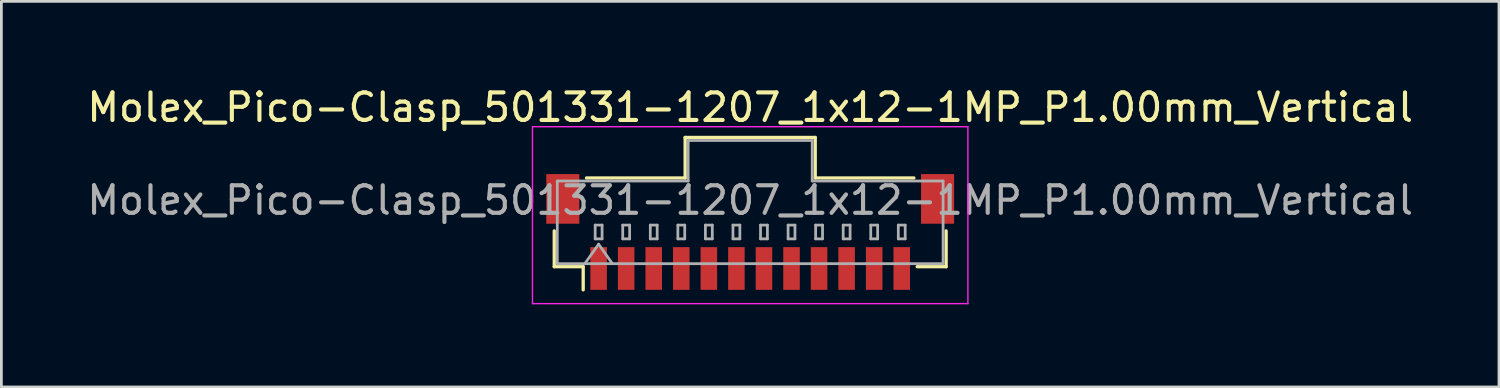
<source format=kicad_pcb>
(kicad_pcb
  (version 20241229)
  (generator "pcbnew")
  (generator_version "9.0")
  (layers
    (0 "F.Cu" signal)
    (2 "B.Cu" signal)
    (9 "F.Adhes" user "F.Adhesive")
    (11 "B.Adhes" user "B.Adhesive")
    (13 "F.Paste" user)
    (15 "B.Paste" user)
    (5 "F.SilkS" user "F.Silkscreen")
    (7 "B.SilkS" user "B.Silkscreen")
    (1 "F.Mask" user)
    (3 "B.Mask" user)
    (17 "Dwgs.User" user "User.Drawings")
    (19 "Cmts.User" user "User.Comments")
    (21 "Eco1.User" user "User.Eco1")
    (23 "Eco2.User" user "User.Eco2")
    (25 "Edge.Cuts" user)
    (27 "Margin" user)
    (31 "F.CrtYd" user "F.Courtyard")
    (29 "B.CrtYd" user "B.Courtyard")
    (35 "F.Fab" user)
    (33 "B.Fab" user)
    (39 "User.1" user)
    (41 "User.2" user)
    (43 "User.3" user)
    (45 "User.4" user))
  (footprint "Molex_Pico-Clasp_501331-1207_1x12-1MP_P1.00mm_Vertical"
    (layer "F.Cu")
    (at 24.173 5.368)
    (property "Reference" "Molex_Pico-Clasp_501331-1207_1x12-1MP_P1.00mm_Vertical" (at 0 -4.52 0) (layer "F.SilkS") (effects (font (size 1 1) (thickness 0.15))))
    (attr smd)
    (fp_line (start -7.11 -0.04) (end -7.11 1.26) (stroke (width 0.12) (type solid)) (layer "F.SilkS"))
    (fp_line (start -7.11 1.26) (end -6.06 1.26) (stroke (width 0.12) (type solid)) (layer "F.SilkS"))
    (fp_line (start -6.06 1.26) (end -6.06 2.1) (stroke (width 0.12) (type solid)) (layer "F.SilkS"))
    (fp_line (start -5.94 -1.96) (end -2.36 -1.96) (stroke (width 0.12) (type solid)) (layer "F.SilkS"))
    (fp_line (start -2.36 -3.43) (end 2.36 -3.43) (stroke (width 0.12) (type solid)) (layer "F.SilkS"))
    (fp_line (start -2.36 -1.96) (end -2.36 -3.43) (stroke (width 0.12) (type solid)) (layer "F.SilkS"))
    (fp_line (start 2.36 -3.43) (end 2.36 -1.96) (stroke (width 0.12) (type solid)) (layer "F.SilkS"))
    (fp_line (start 2.36 -1.96) (end 5.94 -1.96) (stroke (width 0.12) (type solid)) (layer "F.SilkS"))
    (fp_line (start 7.11 -0.04) (end 7.11 1.26) (stroke (width 0.12) (type solid)) (layer "F.SilkS"))
    (fp_line (start 7.11 1.26) (end 6.06 1.26) (stroke (width 0.12) (type solid)) (layer "F.SilkS"))
    (fp_line (start -7.9 -3.82) (end -7.9 2.6) (stroke (width 0.05) (type solid)) (layer "F.CrtYd"))
    (fp_line (start -7.9 2.6) (end 7.9 2.6) (stroke (width 0.05) (type solid)) (layer "F.CrtYd"))
    (fp_line (start 7.9 -3.82) (end -7.9 -3.82) (stroke (width 0.05) (type solid)) (layer "F.CrtYd"))
    (fp_line (start 7.9 2.6) (end 7.9 -3.82) (stroke (width 0.05) (type solid)) (layer "F.CrtYd"))
    (fp_line (start -7 -1.85) (end -2.25 -1.85) (stroke (width 0.1) (type solid)) (layer "F.Fab"))
    (fp_line (start -7 1.15) (end -7 -1.85) (stroke (width 0.1) (type solid)) (layer "F.Fab"))
    (fp_line (start -7 1.15) (end 7 1.15) (stroke (width 0.1) (type solid)) (layer "F.Fab"))
    (fp_line (start -6 1.15) (end -5.5 0.443) (stroke (width 0.1) (type solid)) (layer "F.Fab"))
    (fp_line (start -5.625 -0.25) (end -5.625 0.25) (stroke (width 0.1) (type solid)) (layer "F.Fab"))
    (fp_line (start -5.625 0.25) (end -5.375 0.25) (stroke (width 0.1) (type solid)) (layer "F.Fab"))
    (fp_line (start -5.5 0.443) (end -5 1.15) (stroke (width 0.1) (type solid)) (layer "F.Fab"))
    (fp_line (start -5.375 -0.25) (end -5.625 -0.25) (stroke (width 0.1) (type solid)) (layer "F.Fab"))
    (fp_line (start -5.375 0.25) (end -5.375 -0.25) (stroke (width 0.1) (type solid)) (layer "F.Fab"))
    (fp_line (start -4.625 -0.25) (end -4.625 0.25) (stroke (width 0.1) (type solid)) (layer "F.Fab"))
    (fp_line (start -4.625 0.25) (end -4.375 0.25) (stroke (width 0.1) (type solid)) (layer "F.Fab"))
    (fp_line (start -4.375 -0.25) (end -4.625 -0.25) (stroke (width 0.1) (type solid)) (layer "F.Fab"))
    (fp_line (start -4.375 0.25) (end -4.375 -0.25) (stroke (width 0.1) (type solid)) (layer "F.Fab"))
    (fp_line (start -3.625 -0.25) (end -3.625 0.25) (stroke (width 0.1) (type solid)) (layer "F.Fab"))
    (fp_line (start -3.625 0.25) (end -3.375 0.25) (stroke (width 0.1) (type solid)) (layer "F.Fab"))
    (fp_line (start -3.375 -0.25) (end -3.625 -0.25) (stroke (width 0.1) (type solid)) (layer "F.Fab"))
    (fp_line (start -3.375 0.25) (end -3.375 -0.25) (stroke (width 0.1) (type solid)) (layer "F.Fab"))
    (fp_line (start -2.625 -0.25) (end -2.625 0.25) (stroke (width 0.1) (type solid)) (layer "F.Fab"))
    (fp_line (start -2.625 0.25) (end -2.375 0.25) (stroke (width 0.1) (type solid)) (layer "F.Fab"))
    (fp_line (start -2.375 -0.25) (end -2.625 -0.25) (stroke (width 0.1) (type solid)) (layer "F.Fab"))
    (fp_line (start -2.375 0.25) (end -2.375 -0.25) (stroke (width 0.1) (type solid)) (layer "F.Fab"))
    (fp_line (start -2.25 -3.32) (end 2.25 -3.32) (stroke (width 0.1) (type solid)) (layer "F.Fab"))
    (fp_line (start -2.25 -1.85) (end -2.25 -3.32) (stroke (width 0.1) (type solid)) (layer "F.Fab"))
    (fp_line (start -1.625 -0.25) (end -1.625 0.25) (stroke (width 0.1) (type solid)) (layer "F.Fab"))
    (fp_line (start -1.625 0.25) (end -1.375 0.25) (stroke (width 0.1) (type solid)) (layer "F.Fab"))
    (fp_line (start -1.375 -0.25) (end -1.625 -0.25) (stroke (width 0.1) (type solid)) (layer "F.Fab"))
    (fp_line (start -1.375 0.25) (end -1.375 -0.25) (stroke (width 0.1) (type solid)) (layer "F.Fab"))
    (fp_line (start -0.625 -0.25) (end -0.625 0.25) (stroke (width 0.1) (type solid)) (layer "F.Fab"))
    (fp_line (start -0.625 0.25) (end -0.375 0.25) (stroke (width 0.1) (type solid)) (layer "F.Fab"))
    (fp_line (start -0.375 -0.25) (end -0.625 -0.25) (stroke (width 0.1) (type solid)) (layer "F.Fab"))
    (fp_line (start -0.375 0.25) (end -0.375 -0.25) (stroke (width 0.1) (type solid)) (layer "F.Fab"))
    (fp_line (start 0.375 -0.25) (end 0.375 0.25) (stroke (width 0.1) (type solid)) (layer "F.Fab"))
    (fp_line (start 0.375 0.25) (end 0.625 0.25) (stroke (width 0.1) (type solid)) (layer "F.Fab"))
    (fp_line (start 0.625 -0.25) (end 0.375 -0.25) (stroke (width 0.1) (type solid)) (layer "F.Fab"))
    (fp_line (start 0.625 0.25) (end 0.625 -0.25) (stroke (width 0.1) (type solid)) (layer "F.Fab"))
    (fp_line (start 1.375 -0.25) (end 1.375 0.25) (stroke (width 0.1) (type solid)) (layer "F.Fab"))
    (fp_line (start 1.375 0.25) (end 1.625 0.25) (stroke (width 0.1) (type solid)) (layer "F.Fab"))
    (fp_line (start 1.625 -0.25) (end 1.375 -0.25) (stroke (width 0.1) (type solid)) (layer "F.Fab"))
    (fp_line (start 1.625 0.25) (end 1.625 -0.25) (stroke (width 0.1) (type solid)) (layer "F.Fab"))
    (fp_line (start 2.25 -3.32) (end 2.25 -1.85) (stroke (width 0.1) (type solid)) (layer "F.Fab"))
    (fp_line (start 2.25 -1.85) (end 7 -1.85) (stroke (width 0.1) (type solid)) (layer "F.Fab"))
    (fp_line (start 2.375 -0.25) (end 2.375 0.25) (stroke (width 0.1) (type solid)) (layer "F.Fab"))
    (fp_line (start 2.375 0.25) (end 2.625 0.25) (stroke (width 0.1) (type solid)) (layer "F.Fab"))
    (fp_line (start 2.625 -0.25) (end 2.375 -0.25) (stroke (width 0.1) (type solid)) (layer "F.Fab"))
    (fp_line (start 2.625 0.25) (end 2.625 -0.25) (stroke (width 0.1) (type solid)) (layer "F.Fab"))
    (fp_line (start 3.375 -0.25) (end 3.375 0.25) (stroke (width 0.1) (type solid)) (layer "F.Fab"))
    (fp_line (start 3.375 0.25) (end 3.625 0.25) (stroke (width 0.1) (type solid)) (layer "F.Fab"))
    (fp_line (start 3.625 -0.25) (end 3.375 -0.25) (stroke (width 0.1) (type solid)) (layer "F.Fab"))
    (fp_line (start 3.625 0.25) (end 3.625 -0.25) (stroke (width 0.1) (type solid)) (layer "F.Fab"))
    (fp_line (start 4.375 -0.25) (end 4.375 0.25) (stroke (width 0.1) (type solid)) (layer "F.Fab"))
    (fp_line (start 4.375 0.25) (end 4.625 0.25) (stroke (width 0.1) (type solid)) (layer "F.Fab"))
    (fp_line (start 4.625 -0.25) (end 4.375 -0.25) (stroke (width 0.1) (type solid)) (layer "F.Fab"))
    (fp_line (start 4.625 0.25) (end 4.625 -0.25) (stroke (width 0.1) (type solid)) (layer "F.Fab"))
    (fp_line (start 5.375 -0.25) (end 5.375 0.25) (stroke (width 0.1) (type solid)) (layer "F.Fab"))
    (fp_line (start 5.375 0.25) (end 5.625 0.25) (stroke (width 0.1) (type solid)) (layer "F.Fab"))
    (fp_line (start 5.625 -0.25) (end 5.375 -0.25) (stroke (width 0.1) (type solid)) (layer "F.Fab"))
    (fp_line (start 5.625 0.25) (end 5.625 -0.25) (stroke (width 0.1) (type solid)) (layer "F.Fab"))
    (fp_line (start 7 1.15) (end 7 -1.85) (stroke (width 0.1) (type solid)) (layer "F.Fab"))
    (fp_text user "${REFERENCE}" (at 0 -1.15 0) (layer "F.Fab") (effects (font (size 1 1) (thickness 0.15))))
    (pad "1" smd rect (at -5.5 1.325) (size 0.6 1.55) (layers "F.Cu" "F.Mask" "F.Paste"))
    (pad "2" smd rect (at -4.5 1.325) (size 0.6 1.55) (layers "F.Cu" "F.Mask" "F.Paste"))
    (pad "3" smd rect (at -3.5 1.325) (size 0.6 1.55) (layers "F.Cu" "F.Mask" "F.Paste"))
    (pad "4" smd rect (at -2.5 1.325) (size 0.6 1.55) (layers "F.Cu" "F.Mask" "F.Paste"))
    (pad "5" smd rect (at -1.5 1.325) (size 0.6 1.55) (layers "F.Cu" "F.Mask" "F.Paste"))
    (pad "6" smd rect (at -0.5 1.325) (size 0.6 1.55) (layers "F.Cu" "F.Mask" "F.Paste"))
    (pad "7" smd rect (at 0.5 1.325) (size 0.6 1.55) (layers "F.Cu" "F.Mask" "F.Paste"))
    (pad "8" smd rect (at 1.5 1.325) (size 0.6 1.55) (layers "F.Cu" "F.Mask" "F.Paste"))
    (pad "9" smd rect (at 2.5 1.325) (size 0.6 1.55) (layers "F.Cu" "F.Mask" "F.Paste"))
    (pad "10" smd rect (at 3.5 1.325) (size 0.6 1.55) (layers "F.Cu" "F.Mask" "F.Paste"))
    (pad "11" smd rect (at 4.5 1.325) (size 0.6 1.55) (layers "F.Cu" "F.Mask" "F.Paste"))
    (pad "12" smd rect (at 5.5 1.325) (size 0.6 1.55) (layers "F.Cu" "F.Mask" "F.Paste"))
    (pad "MP" smd rect (at -6.8 -1.2) (size 1.2 1.8) (layers "F.Cu" "F.Mask" "F.Paste"))
    (pad "MP" smd rect (at 6.8 -1.2) (size 1.2 1.8) (layers "F.Cu" "F.Mask" "F.Paste")))
  (gr_rect
    (start -3 -3)
    (end 51.345 10.993)
    (stroke (width 0.1) (type default))
    (fill no)
    (layer "Edge.Cuts")))
</source>
